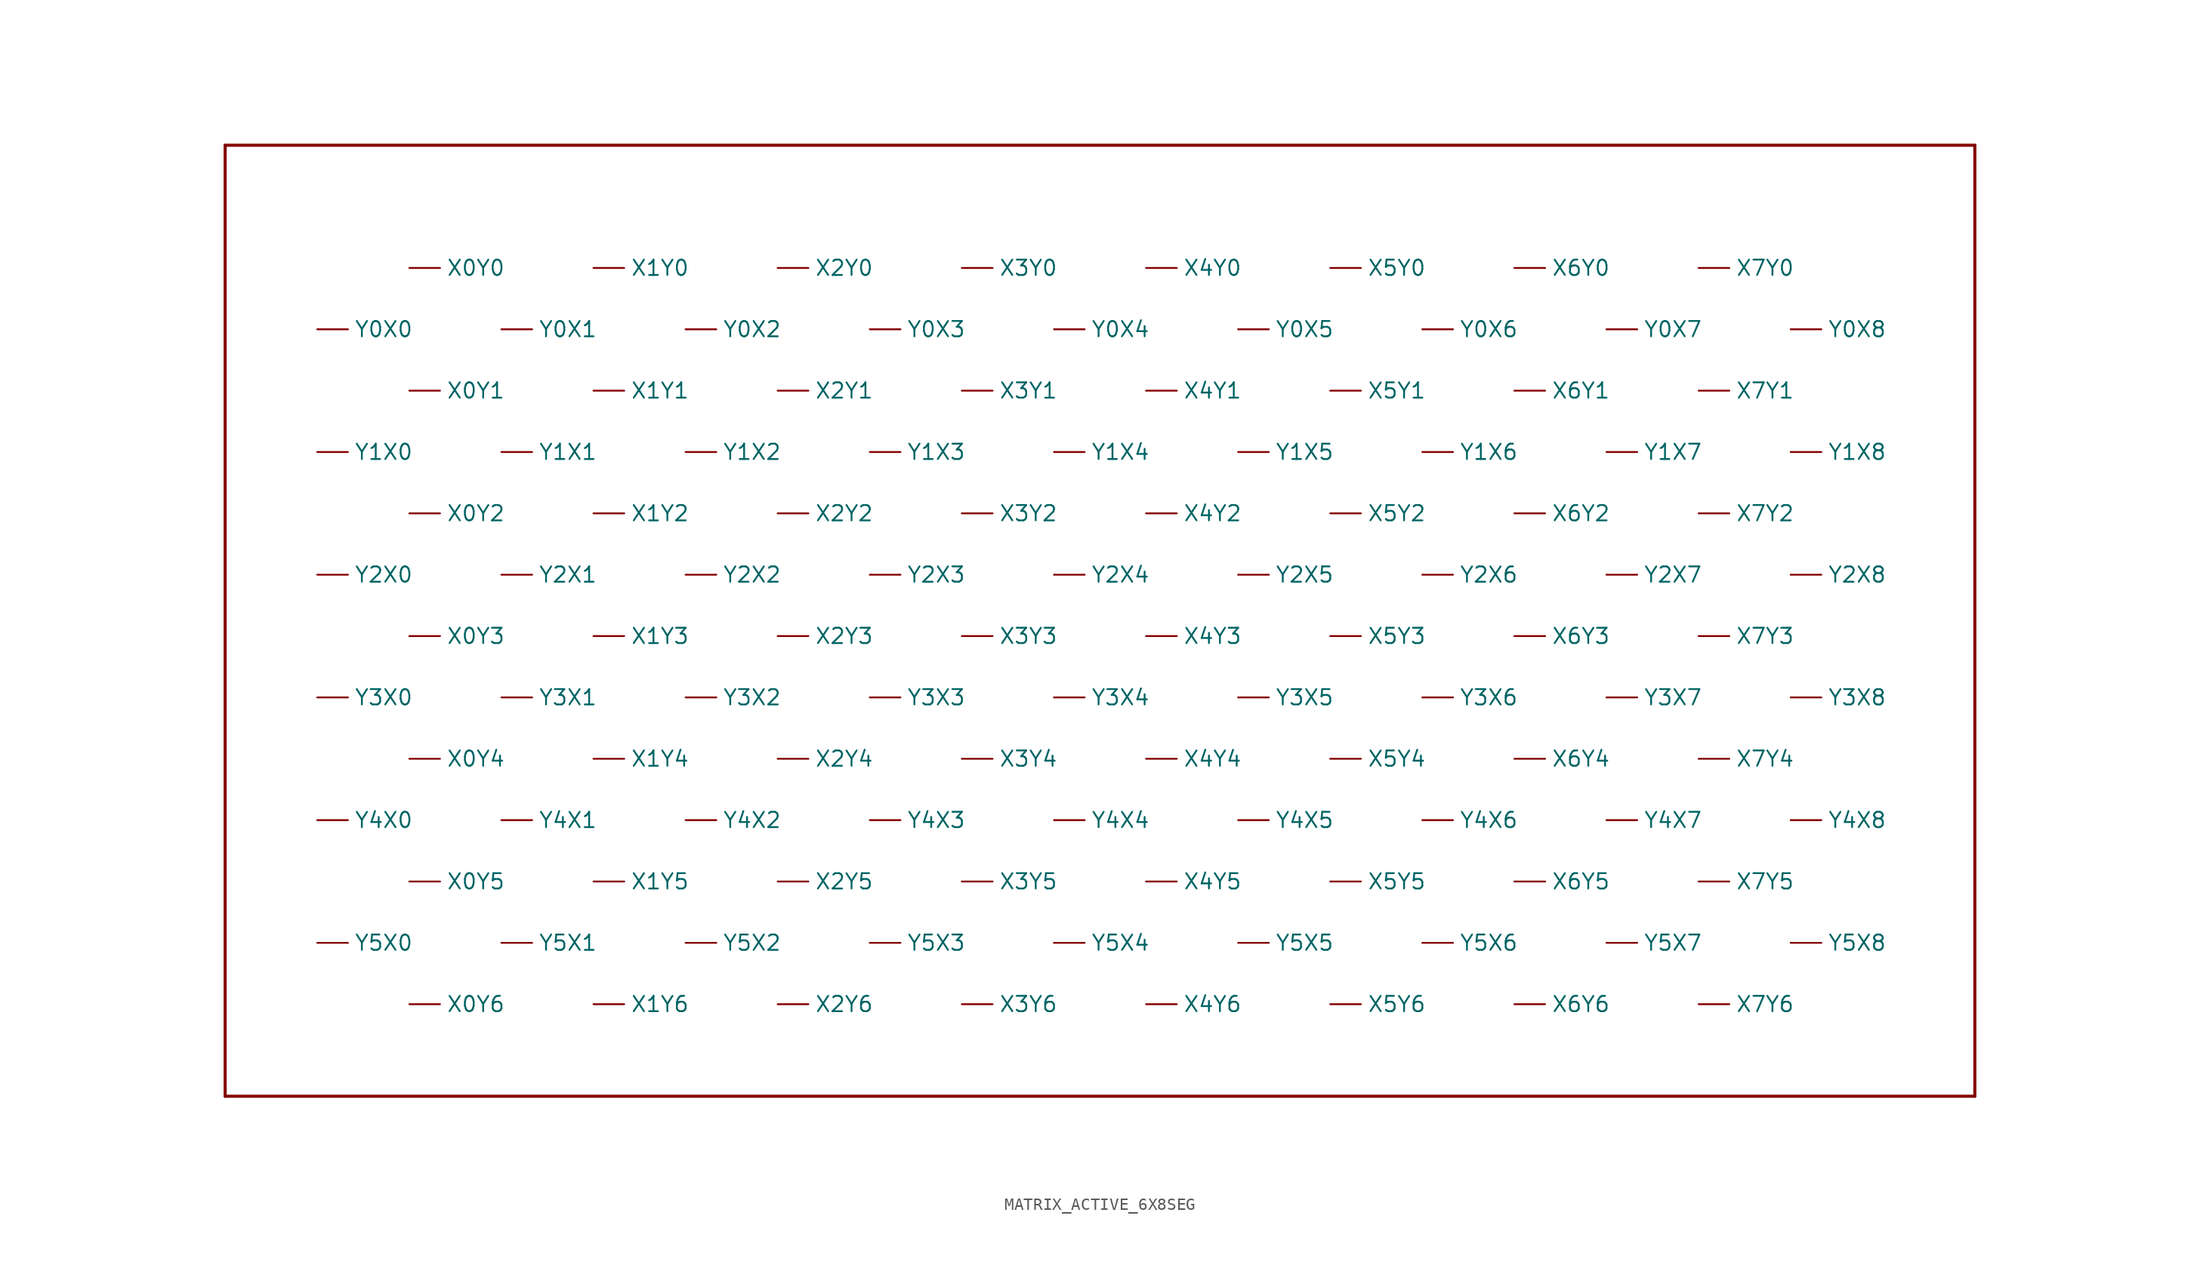
<source format=kicad_sym>
(kicad_symbol_lib
  (version 20220914)
  (generator kicad_symbol_editor)
  (symbol "MATRIX_ACTIVE_6X8SEG"
    (property "Reference" ""
      (at 53.34 43.18 0)
      (effects (font (size 1.27 1.27) bold) (justify left bottom) hide))
    (property "Value" ""
      (at -22.86 43.18 0)
      (effects (font (size 1.27 1.27) bold) (justify left bottom)))
    (property "ki_locked" ""
      (at 0 0 0)
      (effects (font (size 1.27 1.27))))
    (symbol "MATRIX_ACTIVE_6X8SEG_1_0"
      (polyline (pts (xy -66.04 -33.02) (xy 78.74 -33.02)) (stroke (width 0.254) (type solid)) (fill (type none)))
      (polyline (pts (xy -66.04 45.72) (xy -66.04 -33.02)) (stroke (width 0.254) (type solid)) (fill (type none)))
      (polyline (pts (xy 78.74 -33.02) (xy 78.74 45.72)) (stroke (width 0.254) (type solid)) (fill (type none)))
      (polyline (pts (xy 78.74 45.72) (xy -66.04 45.72)) (stroke (width 0.254) (type solid)) (fill (type none)))
      (pin passive line (at -50.8 35.56 0) (length 2.54) (name "X0Y0" (effects (font (size 1.27 1.27)))) (number "X0Y0" (effects (font (size 0 0)))))
      (pin passive line (at -50.8 25.4 0) (length 2.54) (name "X0Y1" (effects (font (size 1.27 1.27)))) (number "X0Y1" (effects (font (size 0 0)))))
      (pin passive line (at -50.8 15.24 0) (length 2.54) (name "X0Y2" (effects (font (size 1.27 1.27)))) (number "X0Y2" (effects (font (size 0 0)))))
      (pin passive line (at -50.8 5.08 0) (length 2.54) (name "X0Y3" (effects (font (size 1.27 1.27)))) (number "X0Y3" (effects (font (size 0 0)))))
      (pin passive line (at -50.8 -5.08 0) (length 2.54) (name "X0Y4" (effects (font (size 1.27 1.27)))) (number "X0Y4" (effects (font (size 0 0)))))
      (pin passive line (at -50.8 -15.24 0) (length 2.54) (name "X0Y5" (effects (font (size 1.27 1.27)))) (number "X0Y5" (effects (font (size 0 0)))))
      (pin passive line (at -50.8 -25.4 0) (length 2.54) (name "X0Y6" (effects (font (size 1.27 1.27)))) (number "X0Y6" (effects (font (size 0 0)))))
      (pin passive line (at -35.56 35.56 0) (length 2.54) (name "X1Y0" (effects (font (size 1.27 1.27)))) (number "X1Y0" (effects (font (size 0 0)))))
      (pin passive line (at -35.56 25.4 0) (length 2.54) (name "X1Y1" (effects (font (size 1.27 1.27)))) (number "X1Y1" (effects (font (size 0 0)))))
      (pin passive line (at -35.56 15.24 0) (length 2.54) (name "X1Y2" (effects (font (size 1.27 1.27)))) (number "X1Y2" (effects (font (size 0 0)))))
      (pin passive line (at -35.56 5.08 0) (length 2.54) (name "X1Y3" (effects (font (size 1.27 1.27)))) (number "X1Y3" (effects (font (size 0 0)))))
      (pin passive line (at -35.56 -5.08 0) (length 2.54) (name "X1Y4" (effects (font (size 1.27 1.27)))) (number "X1Y4" (effects (font (size 0 0)))))
      (pin passive line (at -35.56 -15.24 0) (length 2.54) (name "X1Y5" (effects (font (size 1.27 1.27)))) (number "X1Y5" (effects (font (size 0 0)))))
      (pin passive line (at -35.56 -25.4 0) (length 2.54) (name "X1Y6" (effects (font (size 1.27 1.27)))) (number "X1Y6" (effects (font (size 0 0)))))
      (pin passive line (at -20.32 35.56 0) (length 2.54) (name "X2Y0" (effects (font (size 1.27 1.27)))) (number "X2Y0" (effects (font (size 0 0)))))
      (pin passive line (at -20.32 25.4 0) (length 2.54) (name "X2Y1" (effects (font (size 1.27 1.27)))) (number "X2Y1" (effects (font (size 0 0)))))
      (pin passive line (at -20.32 15.24 0) (length 2.54) (name "X2Y2" (effects (font (size 1.27 1.27)))) (number "X2Y2" (effects (font (size 0 0)))))
      (pin passive line (at -20.32 5.08 0) (length 2.54) (name "X2Y3" (effects (font (size 1.27 1.27)))) (number "X2Y3" (effects (font (size 0 0)))))
      (pin passive line (at -20.32 -5.08 0) (length 2.54) (name "X2Y4" (effects (font (size 1.27 1.27)))) (number "X2Y4" (effects (font (size 0 0)))))
      (pin passive line (at -20.32 -15.24 0) (length 2.54) (name "X2Y5" (effects (font (size 1.27 1.27)))) (number "X2Y5" (effects (font (size 0 0)))))
      (pin passive line (at -20.32 -25.4 0) (length 2.54) (name "X2Y6" (effects (font (size 1.27 1.27)))) (number "X2Y6" (effects (font (size 0 0)))))
      (pin passive line (at -5.08 35.56 0) (length 2.54) (name "X3Y0" (effects (font (size 1.27 1.27)))) (number "X3Y0" (effects (font (size 0 0)))))
      (pin passive line (at -5.08 25.4 0) (length 2.54) (name "X3Y1" (effects (font (size 1.27 1.27)))) (number "X3Y1" (effects (font (size 0 0)))))
      (pin passive line (at -5.08 15.24 0) (length 2.54) (name "X3Y2" (effects (font (size 1.27 1.27)))) (number "X3Y2" (effects (font (size 0 0)))))
      (pin passive line (at -5.08 5.08 0) (length 2.54) (name "X3Y3" (effects (font (size 1.27 1.27)))) (number "X3Y3" (effects (font (size 0 0)))))
      (pin passive line (at -5.08 -5.08 0) (length 2.54) (name "X3Y4" (effects (font (size 1.27 1.27)))) (number "X3Y4" (effects (font (size 0 0)))))
      (pin passive line (at -5.08 -15.24 0) (length 2.54) (name "X3Y5" (effects (font (size 1.27 1.27)))) (number "X3Y5" (effects (font (size 0 0)))))
      (pin passive line (at -5.08 -25.4 0) (length 2.54) (name "X3Y6" (effects (font (size 1.27 1.27)))) (number "X3Y6" (effects (font (size 0 0)))))
      (pin passive line (at 10.16 35.56 0) (length 2.54) (name "X4Y0" (effects (font (size 1.27 1.27)))) (number "X4Y0" (effects (font (size 0 0)))))
      (pin passive line (at 10.16 25.4 0) (length 2.54) (name "X4Y1" (effects (font (size 1.27 1.27)))) (number "X4Y1" (effects (font (size 0 0)))))
      (pin passive line (at 10.16 15.24 0) (length 2.54) (name "X4Y2" (effects (font (size 1.27 1.27)))) (number "X4Y2" (effects (font (size 0 0)))))
      (pin passive line (at 10.16 5.08 0) (length 2.54) (name "X4Y3" (effects (font (size 1.27 1.27)))) (number "X4Y3" (effects (font (size 0 0)))))
      (pin passive line (at 10.16 -5.08 0) (length 2.54) (name "X4Y4" (effects (font (size 1.27 1.27)))) (number "X4Y4" (effects (font (size 0 0)))))
      (pin passive line (at 10.16 -15.24 0) (length 2.54) (name "X4Y5" (effects (font (size 1.27 1.27)))) (number "X4Y5" (effects (font (size 0 0)))))
      (pin passive line (at 10.16 -25.4 0) (length 2.54) (name "X4Y6" (effects (font (size 1.27 1.27)))) (number "X4Y6" (effects (font (size 0 0)))))
      (pin passive line (at 25.4 35.56 0) (length 2.54) (name "X5Y0" (effects (font (size 1.27 1.27)))) (number "X5Y0" (effects (font (size 0 0)))))
      (pin passive line (at 25.4 25.4 0) (length 2.54) (name "X5Y1" (effects (font (size 1.27 1.27)))) (number "X5Y1" (effects (font (size 0 0)))))
      (pin passive line (at 25.4 15.24 0) (length 2.54) (name "X5Y2" (effects (font (size 1.27 1.27)))) (number "X5Y2" (effects (font (size 0 0)))))
      (pin passive line (at 25.4 5.08 0) (length 2.54) (name "X5Y3" (effects (font (size 1.27 1.27)))) (number "X5Y3" (effects (font (size 0 0)))))
      (pin passive line (at 25.4 -5.08 0) (length 2.54) (name "X5Y4" (effects (font (size 1.27 1.27)))) (number "X5Y4" (effects (font (size 0 0)))))
      (pin passive line (at 25.4 -15.24 0) (length 2.54) (name "X5Y5" (effects (font (size 1.27 1.27)))) (number "X5Y5" (effects (font (size 0 0)))))
      (pin passive line (at 25.4 -25.4 0) (length 2.54) (name "X5Y6" (effects (font (size 1.27 1.27)))) (number "X5Y6" (effects (font (size 0 0)))))
      (pin passive line (at 40.64 35.56 0) (length 2.54) (name "X6Y0" (effects (font (size 1.27 1.27)))) (number "X6Y0" (effects (font (size 0 0)))))
      (pin passive line (at 40.64 25.4 0) (length 2.54) (name "X6Y1" (effects (font (size 1.27 1.27)))) (number "X6Y1" (effects (font (size 0 0)))))
      (pin passive line (at 40.64 15.24 0) (length 2.54) (name "X6Y2" (effects (font (size 1.27 1.27)))) (number "X6Y2" (effects (font (size 0 0)))))
      (pin passive line (at 40.64 5.08 0) (length 2.54) (name "X6Y3" (effects (font (size 1.27 1.27)))) (number "X6Y3" (effects (font (size 0 0)))))
      (pin passive line (at 40.64 -5.08 0) (length 2.54) (name "X6Y4" (effects (font (size 1.27 1.27)))) (number "X6Y4" (effects (font (size 0 0)))))
      (pin passive line (at 40.64 -15.24 0) (length 2.54) (name "X6Y5" (effects (font (size 1.27 1.27)))) (number "X6Y5" (effects (font (size 0 0)))))
      (pin passive line (at 40.64 -25.4 0) (length 2.54) (name "X6Y6" (effects (font (size 1.27 1.27)))) (number "X6Y6" (effects (font (size 0 0)))))
      (pin passive line (at 55.88 35.56 0) (length 2.54) (name "X7Y0" (effects (font (size 1.27 1.27)))) (number "X7Y0" (effects (font (size 0 0)))))
      (pin passive line (at 55.88 25.4 0) (length 2.54) (name "X7Y1" (effects (font (size 1.27 1.27)))) (number "X7Y1" (effects (font (size 0 0)))))
      (pin passive line (at 55.88 15.24 0) (length 2.54) (name "X7Y2" (effects (font (size 1.27 1.27)))) (number "X7Y2" (effects (font (size 0 0)))))
      (pin passive line (at 55.88 5.08 0) (length 2.54) (name "X7Y3" (effects (font (size 1.27 1.27)))) (number "X7Y3" (effects (font (size 0 0)))))
      (pin passive line (at 55.88 -5.08 0) (length 2.54) (name "X7Y4" (effects (font (size 1.27 1.27)))) (number "X7Y4" (effects (font (size 0 0)))))
      (pin passive line (at 55.88 -15.24 0) (length 2.54) (name "X7Y5" (effects (font (size 1.27 1.27)))) (number "X7Y5" (effects (font (size 0 0)))))
      (pin passive line (at 55.88 -25.4 0) (length 2.54) (name "X7Y6" (effects (font (size 1.27 1.27)))) (number "X7Y6" (effects (font (size 0 0)))))
      (pin passive line (at -58.42 30.48 0) (length 2.54) (name "Y0X0" (effects (font (size 1.27 1.27)))) (number "Y0X0" (effects (font (size 0 0)))))
      (pin passive line (at -43.18 30.48 0) (length 2.54) (name "Y0X1" (effects (font (size 1.27 1.27)))) (number "Y0X1" (effects (font (size 0 0)))))
      (pin passive line (at -27.94 30.48 0) (length 2.54) (name "Y0X2" (effects (font (size 1.27 1.27)))) (number "Y0X2" (effects (font (size 0 0)))))
      (pin passive line (at -12.7 30.48 0) (length 2.54) (name "Y0X3" (effects (font (size 1.27 1.27)))) (number "Y0X3" (effects (font (size 0 0)))))
      (pin passive line (at 2.54 30.48 0) (length 2.54) (name "Y0X4" (effects (font (size 1.27 1.27)))) (number "Y0X4" (effects (font (size 0 0)))))
      (pin passive line (at 17.78 30.48 0) (length 2.54) (name "Y0X5" (effects (font (size 1.27 1.27)))) (number "Y0X5" (effects (font (size 0 0)))))
      (pin passive line (at 33.02 30.48 0) (length 2.54) (name "Y0X6" (effects (font (size 1.27 1.27)))) (number "Y0X6" (effects (font (size 0 0)))))
      (pin passive line (at 48.26 30.48 0) (length 2.54) (name "Y0X7" (effects (font (size 1.27 1.27)))) (number "Y0X7" (effects (font (size 0 0)))))
      (pin passive line (at 63.5 30.48 0) (length 2.54) (name "Y0X8" (effects (font (size 1.27 1.27)))) (number "Y0X8" (effects (font (size 0 0)))))
      (pin passive line (at -58.42 20.32 0) (length 2.54) (name "Y1X0" (effects (font (size 1.27 1.27)))) (number "Y1X0" (effects (font (size 0 0)))))
      (pin passive line (at -43.18 20.32 0) (length 2.54) (name "Y1X1" (effects (font (size 1.27 1.27)))) (number "Y1X1" (effects (font (size 0 0)))))
      (pin passive line (at -27.94 20.32 0) (length 2.54) (name "Y1X2" (effects (font (size 1.27 1.27)))) (number "Y1X2" (effects (font (size 0 0)))))
      (pin passive line (at -12.7 20.32 0) (length 2.54) (name "Y1X3" (effects (font (size 1.27 1.27)))) (number "Y1X3" (effects (font (size 0 0)))))
      (pin passive line (at 2.54 20.32 0) (length 2.54) (name "Y1X4" (effects (font (size 1.27 1.27)))) (number "Y1X4" (effects (font (size 0 0)))))
      (pin passive line (at 17.78 20.32 0) (length 2.54) (name "Y1X5" (effects (font (size 1.27 1.27)))) (number "Y1X5" (effects (font (size 0 0)))))
      (pin passive line (at 33.02 20.32 0) (length 2.54) (name "Y1X6" (effects (font (size 1.27 1.27)))) (number "Y1X6" (effects (font (size 0 0)))))
      (pin passive line (at 48.26 20.32 0) (length 2.54) (name "Y1X7" (effects (font (size 1.27 1.27)))) (number "Y1X7" (effects (font (size 0 0)))))
      (pin passive line (at 63.5 20.32 0) (length 2.54) (name "Y1X8" (effects (font (size 1.27 1.27)))) (number "Y1X8" (effects (font (size 0 0)))))
      (pin passive line (at -58.42 10.16 0) (length 2.54) (name "Y2X0" (effects (font (size 1.27 1.27)))) (number "Y2X0" (effects (font (size 0 0)))))
      (pin passive line (at -43.18 10.16 0) (length 2.54) (name "Y2X1" (effects (font (size 1.27 1.27)))) (number "Y2X1" (effects (font (size 0 0)))))
      (pin passive line (at -27.94 10.16 0) (length 2.54) (name "Y2X2" (effects (font (size 1.27 1.27)))) (number "Y2X2" (effects (font (size 0 0)))))
      (pin passive line (at -12.7 10.16 0) (length 2.54) (name "Y2X3" (effects (font (size 1.27 1.27)))) (number "Y2X3" (effects (font (size 0 0)))))
      (pin passive line (at 2.54 10.16 0) (length 2.54) (name "Y2X4" (effects (font (size 1.27 1.27)))) (number "Y2X4" (effects (font (size 0 0)))))
      (pin passive line (at 17.78 10.16 0) (length 2.54) (name "Y2X5" (effects (font (size 1.27 1.27)))) (number "Y2X5" (effects (font (size 0 0)))))
      (pin passive line (at 33.02 10.16 0) (length 2.54) (name "Y2X6" (effects (font (size 1.27 1.27)))) (number "Y2X6" (effects (font (size 0 0)))))
      (pin passive line (at 48.26 10.16 0) (length 2.54) (name "Y2X7" (effects (font (size 1.27 1.27)))) (number "Y2X7" (effects (font (size 0 0)))))
      (pin passive line (at 63.5 10.16 0) (length 2.54) (name "Y2X8" (effects (font (size 1.27 1.27)))) (number "Y2X8" (effects (font (size 0 0)))))
      (pin passive line (at -58.42 0 0) (length 2.54) (name "Y3X0" (effects (font (size 1.27 1.27)))) (number "Y3X0" (effects (font (size 0 0)))))
      (pin passive line (at -43.18 0 0) (length 2.54) (name "Y3X1" (effects (font (size 1.27 1.27)))) (number "Y3X1" (effects (font (size 0 0)))))
      (pin passive line (at -27.94 0 0) (length 2.54) (name "Y3X2" (effects (font (size 1.27 1.27)))) (number "Y3X2" (effects (font (size 0 0)))))
      (pin passive line (at -12.7 0 0) (length 2.54) (name "Y3X3" (effects (font (size 1.27 1.27)))) (number "Y3X3" (effects (font (size 0 0)))))
      (pin passive line (at 2.54 0 0) (length 2.54) (name "Y3X4" (effects (font (size 1.27 1.27)))) (number "Y3X4" (effects (font (size 0 0)))))
      (pin passive line (at 17.78 0 0) (length 2.54) (name "Y3X5" (effects (font (size 1.27 1.27)))) (number "Y3X5" (effects (font (size 0 0)))))
      (pin passive line (at 33.02 0 0) (length 2.54) (name "Y3X6" (effects (font (size 1.27 1.27)))) (number "Y3X6" (effects (font (size 0 0)))))
      (pin passive line (at 48.26 0 0) (length 2.54) (name "Y3X7" (effects (font (size 1.27 1.27)))) (number "Y3X7" (effects (font (size 0 0)))))
      (pin passive line (at 63.5 0 0) (length 2.54) (name "Y3X8" (effects (font (size 1.27 1.27)))) (number "Y3X8" (effects (font (size 0 0)))))
      (pin passive line (at -58.42 -10.16 0) (length 2.54) (name "Y4X0" (effects (font (size 1.27 1.27)))) (number "Y4X0" (effects (font (size 0 0)))))
      (pin passive line (at -43.18 -10.16 0) (length 2.54) (name "Y4X1" (effects (font (size 1.27 1.27)))) (number "Y4X1" (effects (font (size 0 0)))))
      (pin passive line (at -27.94 -10.16 0) (length 2.54) (name "Y4X2" (effects (font (size 1.27 1.27)))) (number "Y4X2" (effects (font (size 0 0)))))
      (pin passive line (at -12.7 -10.16 0) (length 2.54) (name "Y4X3" (effects (font (size 1.27 1.27)))) (number "Y4X3" (effects (font (size 0 0)))))
      (pin passive line (at 2.54 -10.16 0) (length 2.54) (name "Y4X4" (effects (font (size 1.27 1.27)))) (number "Y4X4" (effects (font (size 0 0)))))
      (pin passive line (at 17.78 -10.16 0) (length 2.54) (name "Y4X5" (effects (font (size 1.27 1.27)))) (number "Y4X5" (effects (font (size 0 0)))))
      (pin passive line (at 33.02 -10.16 0) (length 2.54) (name "Y4X6" (effects (font (size 1.27 1.27)))) (number "Y4X6" (effects (font (size 0 0)))))
      (pin passive line (at 48.26 -10.16 0) (length 2.54) (name "Y4X7" (effects (font (size 1.27 1.27)))) (number "Y4X7" (effects (font (size 0 0)))))
      (pin passive line (at 63.5 -10.16 0) (length 2.54) (name "Y4X8" (effects (font (size 1.27 1.27)))) (number "Y4X8" (effects (font (size 0 0)))))
      (pin passive line (at -58.42 -20.32 0) (length 2.54) (name "Y5X0" (effects (font (size 1.27 1.27)))) (number "Y5X0" (effects (font (size 0 0)))))
      (pin passive line (at -43.18 -20.32 0) (length 2.54) (name "Y5X1" (effects (font (size 1.27 1.27)))) (number "Y5X1" (effects (font (size 0 0)))))
      (pin passive line (at -27.94 -20.32 0) (length 2.54) (name "Y5X2" (effects (font (size 1.27 1.27)))) (number "Y5X2" (effects (font (size 0 0)))))
      (pin passive line (at -12.7 -20.32 0) (length 2.54) (name "Y5X3" (effects (font (size 1.27 1.27)))) (number "Y5X3" (effects (font (size 0 0)))))
      (pin passive line (at 2.54 -20.32 0) (length 2.54) (name "Y5X4" (effects (font (size 1.27 1.27)))) (number "Y5X4" (effects (font (size 0 0)))))
      (pin passive line (at 17.78 -20.32 0) (length 2.54) (name "Y5X5" (effects (font (size 1.27 1.27)))) (number "Y5X5" (effects (font (size 0 0)))))
      (pin passive line (at 33.02 -20.32 0) (length 2.54) (name "Y5X6" (effects (font (size 1.27 1.27)))) (number "Y5X6" (effects (font (size 0 0)))))
      (pin passive line (at 48.26 -20.32 0) (length 2.54) (name "Y5X7" (effects (font (size 1.27 1.27)))) (number "Y5X7" (effects (font (size 0 0)))))
      (pin passive line (at 63.5 -20.32 0) (length 2.54) (name "Y5X8" (effects (font (size 1.27 1.27)))) (number "Y5X8" (effects (font (size 0 0))))))))
</source>
